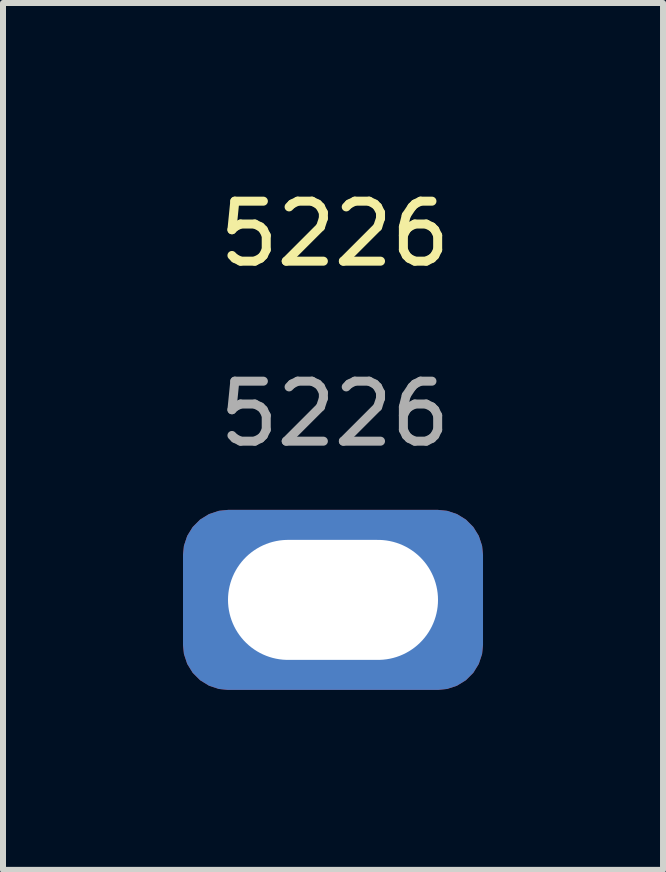
<source format=kicad_pcb>
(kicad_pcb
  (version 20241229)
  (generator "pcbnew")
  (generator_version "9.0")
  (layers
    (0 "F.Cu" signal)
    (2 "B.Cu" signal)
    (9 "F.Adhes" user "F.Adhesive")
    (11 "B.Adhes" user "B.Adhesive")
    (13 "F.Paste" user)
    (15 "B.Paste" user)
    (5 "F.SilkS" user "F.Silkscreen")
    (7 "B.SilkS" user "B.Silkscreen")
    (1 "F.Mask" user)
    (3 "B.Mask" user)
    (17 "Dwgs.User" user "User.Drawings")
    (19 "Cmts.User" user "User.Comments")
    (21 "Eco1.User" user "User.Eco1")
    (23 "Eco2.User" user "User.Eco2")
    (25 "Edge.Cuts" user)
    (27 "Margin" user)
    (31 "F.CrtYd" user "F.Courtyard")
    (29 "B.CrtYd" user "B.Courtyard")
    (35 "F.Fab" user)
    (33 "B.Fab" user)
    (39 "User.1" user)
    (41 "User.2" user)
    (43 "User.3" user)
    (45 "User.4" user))
  (footprint "5226"
    (layer "F.Cu")
    (at 2.53 1.348)
    (property "Reference" "5226" (at 0 -0.5 0) (unlocked yes) (layer "F.SilkS") (effects (font (size 1 1) (thickness 0.15))))
    (attr smd)
    (fp_text user "${REFERENCE}" (at 0 2.5 0) (unlocked yes) (layer "F.Fab") (effects (font (size 1 1) (thickness 0.15))))
    (pad "1" thru_hole roundrect (at -0.03 5.6) (size 5 3) (drill oval 3.5 2) (layers "*.Cu" "*.Mask") (roundrect_rratio 0.25)))
  (gr_rect
    (start -3 -3)
    (end 8 11.448)
    (stroke (width 0.1) (type default))
    (fill no)
    (layer "Edge.Cuts")))
</source>
